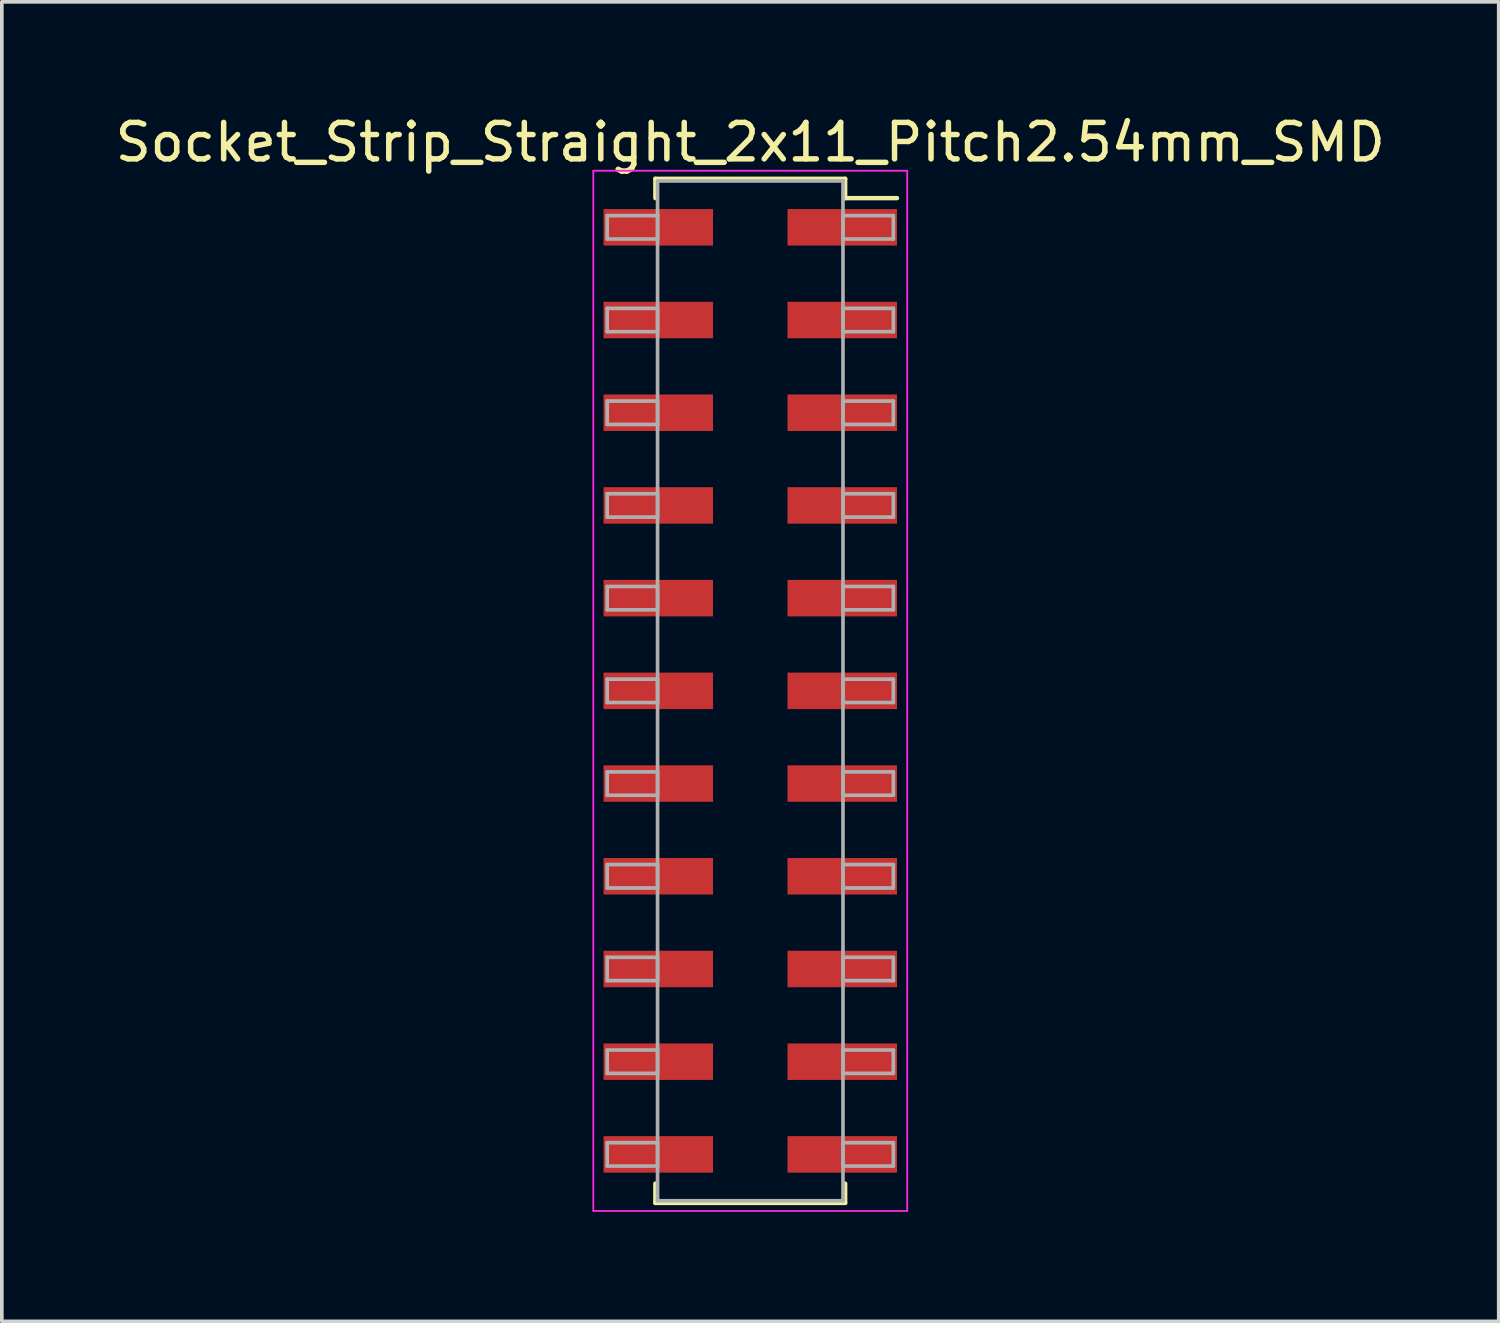
<source format=kicad_pcb>
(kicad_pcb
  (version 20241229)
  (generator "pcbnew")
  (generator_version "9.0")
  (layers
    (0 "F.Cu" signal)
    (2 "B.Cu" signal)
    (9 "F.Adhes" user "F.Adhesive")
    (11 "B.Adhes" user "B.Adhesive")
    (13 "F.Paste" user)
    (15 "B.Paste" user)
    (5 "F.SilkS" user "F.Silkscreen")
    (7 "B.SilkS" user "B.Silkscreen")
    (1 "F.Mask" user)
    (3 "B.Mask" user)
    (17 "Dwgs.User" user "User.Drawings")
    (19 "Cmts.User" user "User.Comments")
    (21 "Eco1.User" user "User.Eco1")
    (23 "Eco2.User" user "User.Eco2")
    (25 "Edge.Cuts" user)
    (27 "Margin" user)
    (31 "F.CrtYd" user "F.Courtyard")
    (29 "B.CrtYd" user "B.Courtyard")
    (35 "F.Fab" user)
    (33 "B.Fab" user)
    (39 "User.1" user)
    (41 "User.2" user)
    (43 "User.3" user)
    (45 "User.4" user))
  (footprint "Socket_Strip_Straight_2x11_Pitch2.54mm_SMD"
    (layer "F.Cu")
    (at 17.506 15.878)
    (property "Reference" "Socket_Strip_Straight_2x11_Pitch2.54mm_SMD" (at 0 -15.03 0) (layer "F.SilkS") (effects (font (size 1 1) (thickness 0.15))))
    (attr smd)
    (fp_line (start -2.6 -14.03) (end 2.6 -14.03) (stroke (width 0.12) (type solid)) (layer "F.SilkS"))
    (fp_line (start -2.6 -13.5) (end -2.6 -14.03) (stroke (width 0.12) (type solid)) (layer "F.SilkS"))
    (fp_line (start -2.6 13.5) (end -2.6 14.03) (stroke (width 0.12) (type solid)) (layer "F.SilkS"))
    (fp_line (start -2.6 14.03) (end 2.6 14.03) (stroke (width 0.12) (type solid)) (layer "F.SilkS"))
    (fp_line (start 2.6 -14.03) (end 2.6 -13.5) (stroke (width 0.12) (type solid)) (layer "F.SilkS"))
    (fp_line (start 2.6 14.03) (end 2.6 13.5) (stroke (width 0.12) (type solid)) (layer "F.SilkS"))
    (fp_line (start 4.02 -13.5) (end 2.6 -13.5) (stroke (width 0.12) (type solid)) (layer "F.SilkS"))
    (fp_line (start -4.3 -14.25) (end -4.3 14.25) (stroke (width 0.05) (type solid)) (layer "F.CrtYd"))
    (fp_line (start -4.3 14.25) (end 4.3 14.25) (stroke (width 0.05) (type solid)) (layer "F.CrtYd"))
    (fp_line (start 4.3 -14.25) (end -4.3 -14.25) (stroke (width 0.05) (type solid)) (layer "F.CrtYd"))
    (fp_line (start 4.3 14.25) (end 4.3 -14.25) (stroke (width 0.05) (type solid)) (layer "F.CrtYd"))
    (fp_line (start -3.92 -13.02) (end -2.54 -13.02) (stroke (width 0.1) (type solid)) (layer "F.Fab"))
    (fp_line (start -3.92 -12.38) (end -3.92 -13.02) (stroke (width 0.1) (type solid)) (layer "F.Fab"))
    (fp_line (start -3.92 -10.48) (end -2.54 -10.48) (stroke (width 0.1) (type solid)) (layer "F.Fab"))
    (fp_line (start -3.92 -9.84) (end -3.92 -10.48) (stroke (width 0.1) (type solid)) (layer "F.Fab"))
    (fp_line (start -3.92 -7.94) (end -2.54 -7.94) (stroke (width 0.1) (type solid)) (layer "F.Fab"))
    (fp_line (start -3.92 -7.3) (end -3.92 -7.94) (stroke (width 0.1) (type solid)) (layer "F.Fab"))
    (fp_line (start -3.92 -5.4) (end -2.54 -5.4) (stroke (width 0.1) (type solid)) (layer "F.Fab"))
    (fp_line (start -3.92 -4.76) (end -3.92 -5.4) (stroke (width 0.1) (type solid)) (layer "F.Fab"))
    (fp_line (start -3.92 -2.86) (end -2.54 -2.86) (stroke (width 0.1) (type solid)) (layer "F.Fab"))
    (fp_line (start -3.92 -2.22) (end -3.92 -2.86) (stroke (width 0.1) (type solid)) (layer "F.Fab"))
    (fp_line (start -3.92 -0.32) (end -2.54 -0.32) (stroke (width 0.1) (type solid)) (layer "F.Fab"))
    (fp_line (start -3.92 0.32) (end -3.92 -0.32) (stroke (width 0.1) (type solid)) (layer "F.Fab"))
    (fp_line (start -3.92 2.22) (end -2.54 2.22) (stroke (width 0.1) (type solid)) (layer "F.Fab"))
    (fp_line (start -3.92 2.86) (end -3.92 2.22) (stroke (width 0.1) (type solid)) (layer "F.Fab"))
    (fp_line (start -3.92 4.76) (end -2.54 4.76) (stroke (width 0.1) (type solid)) (layer "F.Fab"))
    (fp_line (start -3.92 5.4) (end -3.92 4.76) (stroke (width 0.1) (type solid)) (layer "F.Fab"))
    (fp_line (start -3.92 7.3) (end -2.54 7.3) (stroke (width 0.1) (type solid)) (layer "F.Fab"))
    (fp_line (start -3.92 7.94) (end -3.92 7.3) (stroke (width 0.1) (type solid)) (layer "F.Fab"))
    (fp_line (start -3.92 9.84) (end -2.54 9.84) (stroke (width 0.1) (type solid)) (layer "F.Fab"))
    (fp_line (start -3.92 10.48) (end -3.92 9.84) (stroke (width 0.1) (type solid)) (layer "F.Fab"))
    (fp_line (start -3.92 12.38) (end -2.54 12.38) (stroke (width 0.1) (type solid)) (layer "F.Fab"))
    (fp_line (start -3.92 13.02) (end -3.92 12.38) (stroke (width 0.1) (type solid)) (layer "F.Fab"))
    (fp_line (start -2.54 -13.97) (end -2.54 13.97) (stroke (width 0.1) (type solid)) (layer "F.Fab"))
    (fp_line (start -2.54 -13.02) (end -2.54 -12.38) (stroke (width 0.1) (type solid)) (layer "F.Fab"))
    (fp_line (start -2.54 -12.38) (end -3.92 -12.38) (stroke (width 0.1) (type solid)) (layer "F.Fab"))
    (fp_line (start -2.54 -10.48) (end -2.54 -9.84) (stroke (width 0.1) (type solid)) (layer "F.Fab"))
    (fp_line (start -2.54 -9.84) (end -3.92 -9.84) (stroke (width 0.1) (type solid)) (layer "F.Fab"))
    (fp_line (start -2.54 -7.94) (end -2.54 -7.3) (stroke (width 0.1) (type solid)) (layer "F.Fab"))
    (fp_line (start -2.54 -7.3) (end -3.92 -7.3) (stroke (width 0.1) (type solid)) (layer "F.Fab"))
    (fp_line (start -2.54 -5.4) (end -2.54 -4.76) (stroke (width 0.1) (type solid)) (layer "F.Fab"))
    (fp_line (start -2.54 -4.76) (end -3.92 -4.76) (stroke (width 0.1) (type solid)) (layer "F.Fab"))
    (fp_line (start -2.54 -2.86) (end -2.54 -2.22) (stroke (width 0.1) (type solid)) (layer "F.Fab"))
    (fp_line (start -2.54 -2.22) (end -3.92 -2.22) (stroke (width 0.1) (type solid)) (layer "F.Fab"))
    (fp_line (start -2.54 -0.32) (end -2.54 0.32) (stroke (width 0.1) (type solid)) (layer "F.Fab"))
    (fp_line (start -2.54 0.32) (end -3.92 0.32) (stroke (width 0.1) (type solid)) (layer "F.Fab"))
    (fp_line (start -2.54 2.22) (end -2.54 2.86) (stroke (width 0.1) (type solid)) (layer "F.Fab"))
    (fp_line (start -2.54 2.86) (end -3.92 2.86) (stroke (width 0.1) (type solid)) (layer "F.Fab"))
    (fp_line (start -2.54 4.76) (end -2.54 5.4) (stroke (width 0.1) (type solid)) (layer "F.Fab"))
    (fp_line (start -2.54 5.4) (end -3.92 5.4) (stroke (width 0.1) (type solid)) (layer "F.Fab"))
    (fp_line (start -2.54 7.3) (end -2.54 7.94) (stroke (width 0.1) (type solid)) (layer "F.Fab"))
    (fp_line (start -2.54 7.94) (end -3.92 7.94) (stroke (width 0.1) (type solid)) (layer "F.Fab"))
    (fp_line (start -2.54 9.84) (end -2.54 10.48) (stroke (width 0.1) (type solid)) (layer "F.Fab"))
    (fp_line (start -2.54 10.48) (end -3.92 10.48) (stroke (width 0.1) (type solid)) (layer "F.Fab"))
    (fp_line (start -2.54 12.38) (end -2.54 13.02) (stroke (width 0.1) (type solid)) (layer "F.Fab"))
    (fp_line (start -2.54 13.02) (end -3.92 13.02) (stroke (width 0.1) (type solid)) (layer "F.Fab"))
    (fp_line (start -2.54 13.97) (end 2.54 13.97) (stroke (width 0.1) (type solid)) (layer "F.Fab"))
    (fp_line (start 2.54 -13.97) (end -2.54 -13.97) (stroke (width 0.1) (type solid)) (layer "F.Fab"))
    (fp_line (start 2.54 -13.02) (end 2.54 -12.38) (stroke (width 0.1) (type solid)) (layer "F.Fab"))
    (fp_line (start 2.54 -12.38) (end 3.92 -12.38) (stroke (width 0.1) (type solid)) (layer "F.Fab"))
    (fp_line (start 2.54 -10.48) (end 2.54 -9.84) (stroke (width 0.1) (type solid)) (layer "F.Fab"))
    (fp_line (start 2.54 -9.84) (end 3.92 -9.84) (stroke (width 0.1) (type solid)) (layer "F.Fab"))
    (fp_line (start 2.54 -7.94) (end 2.54 -7.3) (stroke (width 0.1) (type solid)) (layer "F.Fab"))
    (fp_line (start 2.54 -7.3) (end 3.92 -7.3) (stroke (width 0.1) (type solid)) (layer "F.Fab"))
    (fp_line (start 2.54 -5.4) (end 2.54 -4.76) (stroke (width 0.1) (type solid)) (layer "F.Fab"))
    (fp_line (start 2.54 -4.76) (end 3.92 -4.76) (stroke (width 0.1) (type solid)) (layer "F.Fab"))
    (fp_line (start 2.54 -2.86) (end 2.54 -2.22) (stroke (width 0.1) (type solid)) (layer "F.Fab"))
    (fp_line (start 2.54 -2.22) (end 3.92 -2.22) (stroke (width 0.1) (type solid)) (layer "F.Fab"))
    (fp_line (start 2.54 -0.32) (end 2.54 0.32) (stroke (width 0.1) (type solid)) (layer "F.Fab"))
    (fp_line (start 2.54 0.32) (end 3.92 0.32) (stroke (width 0.1) (type solid)) (layer "F.Fab"))
    (fp_line (start 2.54 2.22) (end 2.54 2.86) (stroke (width 0.1) (type solid)) (layer "F.Fab"))
    (fp_line (start 2.54 2.86) (end 3.92 2.86) (stroke (width 0.1) (type solid)) (layer "F.Fab"))
    (fp_line (start 2.54 4.76) (end 2.54 5.4) (stroke (width 0.1) (type solid)) (layer "F.Fab"))
    (fp_line (start 2.54 5.4) (end 3.92 5.4) (stroke (width 0.1) (type solid)) (layer "F.Fab"))
    (fp_line (start 2.54 7.3) (end 2.54 7.94) (stroke (width 0.1) (type solid)) (layer "F.Fab"))
    (fp_line (start 2.54 7.94) (end 3.92 7.94) (stroke (width 0.1) (type solid)) (layer "F.Fab"))
    (fp_line (start 2.54 9.84) (end 2.54 10.48) (stroke (width 0.1) (type solid)) (layer "F.Fab"))
    (fp_line (start 2.54 10.48) (end 3.92 10.48) (stroke (width 0.1) (type solid)) (layer "F.Fab"))
    (fp_line (start 2.54 12.38) (end 2.54 13.02) (stroke (width 0.1) (type solid)) (layer "F.Fab"))
    (fp_line (start 2.54 13.02) (end 3.92 13.02) (stroke (width 0.1) (type solid)) (layer "F.Fab"))
    (fp_line (start 2.54 13.97) (end 2.54 -13.97) (stroke (width 0.1) (type solid)) (layer "F.Fab"))
    (fp_line (start 3.92 -13.02) (end 2.54 -13.02) (stroke (width 0.1) (type solid)) (layer "F.Fab"))
    (fp_line (start 3.92 -12.38) (end 3.92 -13.02) (stroke (width 0.1) (type solid)) (layer "F.Fab"))
    (fp_line (start 3.92 -10.48) (end 2.54 -10.48) (stroke (width 0.1) (type solid)) (layer "F.Fab"))
    (fp_line (start 3.92 -9.84) (end 3.92 -10.48) (stroke (width 0.1) (type solid)) (layer "F.Fab"))
    (fp_line (start 3.92 -7.94) (end 2.54 -7.94) (stroke (width 0.1) (type solid)) (layer "F.Fab"))
    (fp_line (start 3.92 -7.3) (end 3.92 -7.94) (stroke (width 0.1) (type solid)) (layer "F.Fab"))
    (fp_line (start 3.92 -5.4) (end 2.54 -5.4) (stroke (width 0.1) (type solid)) (layer "F.Fab"))
    (fp_line (start 3.92 -4.76) (end 3.92 -5.4) (stroke (width 0.1) (type solid)) (layer "F.Fab"))
    (fp_line (start 3.92 -2.86) (end 2.54 -2.86) (stroke (width 0.1) (type solid)) (layer "F.Fab"))
    (fp_line (start 3.92 -2.22) (end 3.92 -2.86) (stroke (width 0.1) (type solid)) (layer "F.Fab"))
    (fp_line (start 3.92 -0.32) (end 2.54 -0.32) (stroke (width 0.1) (type solid)) (layer "F.Fab"))
    (fp_line (start 3.92 0.32) (end 3.92 -0.32) (stroke (width 0.1) (type solid)) (layer "F.Fab"))
    (fp_line (start 3.92 2.22) (end 2.54 2.22) (stroke (width 0.1) (type solid)) (layer "F.Fab"))
    (fp_line (start 3.92 2.86) (end 3.92 2.22) (stroke (width 0.1) (type solid)) (layer "F.Fab"))
    (fp_line (start 3.92 4.76) (end 2.54 4.76) (stroke (width 0.1) (type solid)) (layer "F.Fab"))
    (fp_line (start 3.92 5.4) (end 3.92 4.76) (stroke (width 0.1) (type solid)) (layer "F.Fab"))
    (fp_line (start 3.92 7.3) (end 2.54 7.3) (stroke (width 0.1) (type solid)) (layer "F.Fab"))
    (fp_line (start 3.92 7.94) (end 3.92 7.3) (stroke (width 0.1) (type solid)) (layer "F.Fab"))
    (fp_line (start 3.92 9.84) (end 2.54 9.84) (stroke (width 0.1) (type solid)) (layer "F.Fab"))
    (fp_line (start 3.92 10.48) (end 3.92 9.84) (stroke (width 0.1) (type solid)) (layer "F.Fab"))
    (fp_line (start 3.92 12.38) (end 2.54 12.38) (stroke (width 0.1) (type solid)) (layer "F.Fab"))
    (fp_line (start 3.92 13.02) (end 3.92 12.38) (stroke (width 0.1) (type solid)) (layer "F.Fab"))
    (pad "1" smd rect (at 2.52 -12.7) (size 3 1) (layers "F.Cu" "F.Mask"))
    (pad "2" smd rect (at -2.52 -12.7) (size 3 1) (layers "F.Cu" "F.Mask"))
    (pad "3" smd rect (at 2.52 -10.16) (size 3 1) (layers "F.Cu" "F.Mask"))
    (pad "4" smd rect (at -2.52 -10.16) (size 3 1) (layers "F.Cu" "F.Mask"))
    (pad "5" smd rect (at 2.52 -7.62) (size 3 1) (layers "F.Cu" "F.Mask"))
    (pad "6" smd rect (at -2.52 -7.62) (size 3 1) (layers "F.Cu" "F.Mask"))
    (pad "7" smd rect (at 2.52 -5.08) (size 3 1) (layers "F.Cu" "F.Mask"))
    (pad "8" smd rect (at -2.52 -5.08) (size 3 1) (layers "F.Cu" "F.Mask"))
    (pad "9" smd rect (at 2.52 -2.54) (size 3 1) (layers "F.Cu" "F.Mask"))
    (pad "10" smd rect (at -2.52 -2.54) (size 3 1) (layers "F.Cu" "F.Mask"))
    (pad "11" smd rect (at 2.52 0) (size 3 1) (layers "F.Cu" "F.Mask"))
    (pad "12" smd rect (at -2.52 0) (size 3 1) (layers "F.Cu" "F.Mask"))
    (pad "13" smd rect (at 2.52 2.54) (size 3 1) (layers "F.Cu" "F.Mask"))
    (pad "14" smd rect (at -2.52 2.54) (size 3 1) (layers "F.Cu" "F.Mask"))
    (pad "15" smd rect (at 2.52 5.08) (size 3 1) (layers "F.Cu" "F.Mask"))
    (pad "16" smd rect (at -2.52 5.08) (size 3 1) (layers "F.Cu" "F.Mask"))
    (pad "17" smd rect (at 2.52 7.62) (size 3 1) (layers "F.Cu" "F.Mask"))
    (pad "18" smd rect (at -2.52 7.62) (size 3 1) (layers "F.Cu" "F.Mask"))
    (pad "19" smd rect (at 2.52 10.16) (size 3 1) (layers "F.Cu" "F.Mask"))
    (pad "20" smd rect (at -2.52 10.16) (size 3 1) (layers "F.Cu" "F.Mask"))
    (pad "21" smd rect (at 2.52 12.7) (size 3 1) (layers "F.Cu" "F.Mask"))
    (pad "22" smd rect (at -2.52 12.7) (size 3 1) (layers "F.Cu" "F.Mask")))
  (gr_rect
    (start -3 -3)
    (end 38.012 33.153)
    (stroke (width 0.1) (type default))
    (fill no)
    (layer "Edge.Cuts")))
</source>
